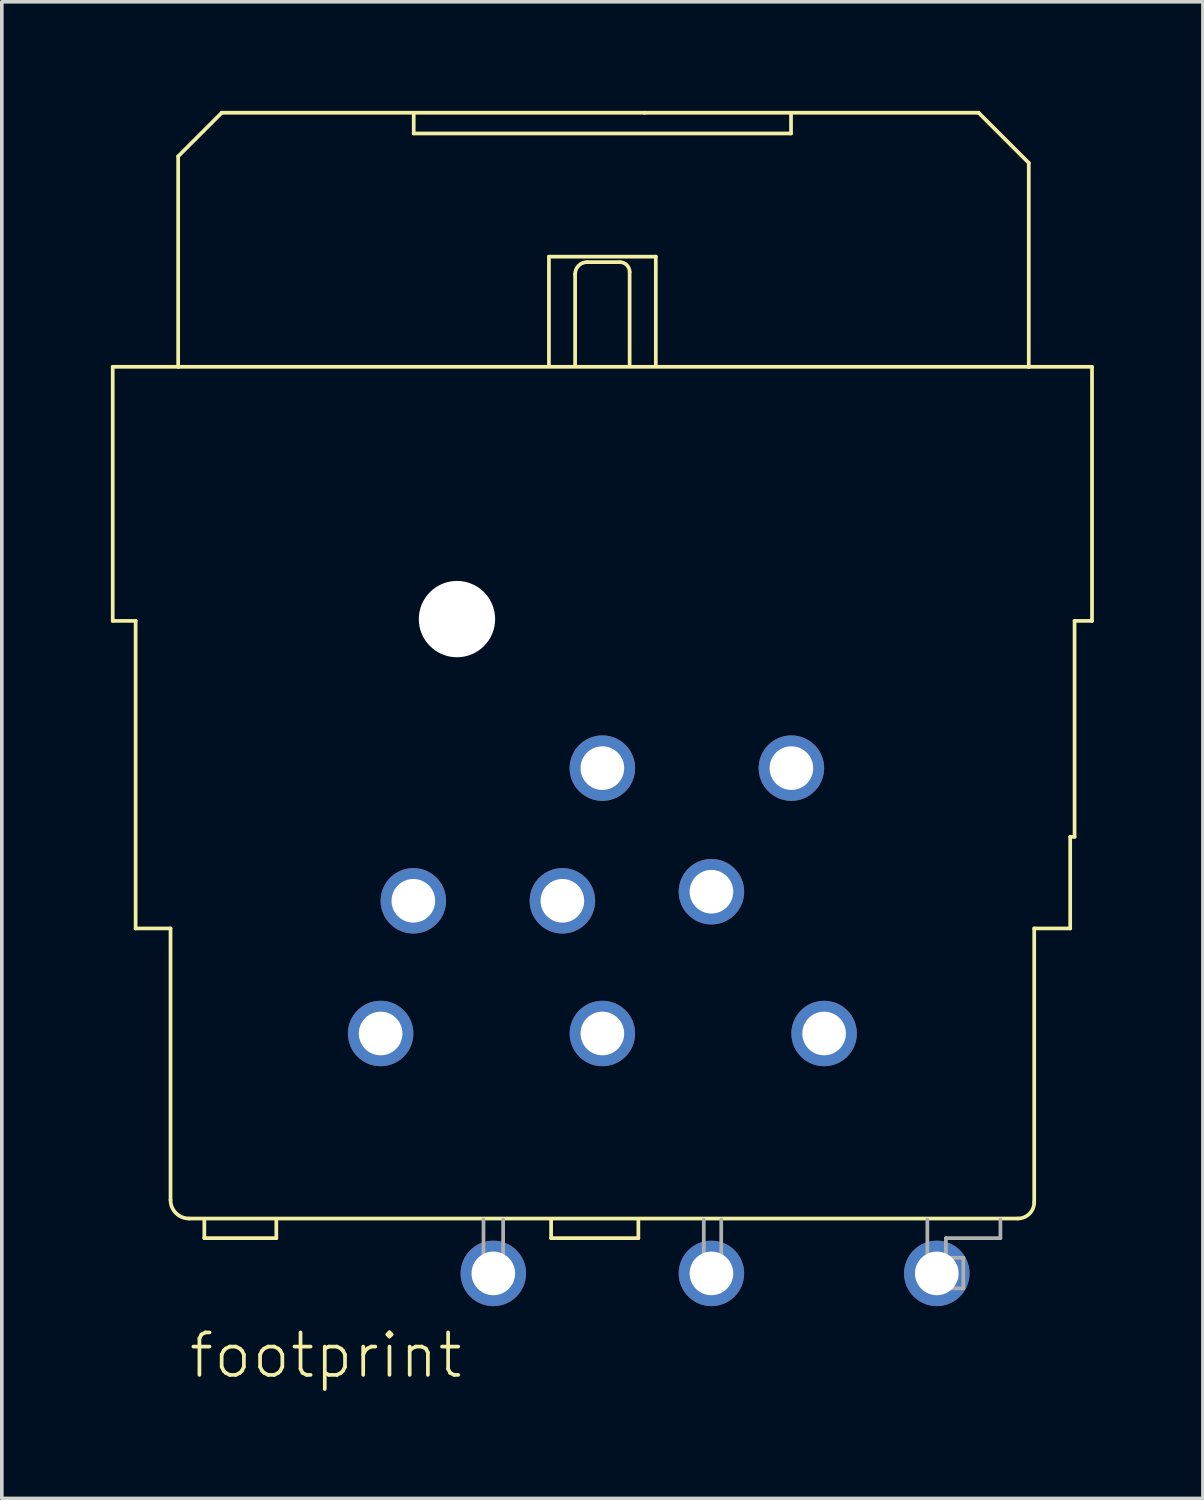
<source format=kicad_pcb>
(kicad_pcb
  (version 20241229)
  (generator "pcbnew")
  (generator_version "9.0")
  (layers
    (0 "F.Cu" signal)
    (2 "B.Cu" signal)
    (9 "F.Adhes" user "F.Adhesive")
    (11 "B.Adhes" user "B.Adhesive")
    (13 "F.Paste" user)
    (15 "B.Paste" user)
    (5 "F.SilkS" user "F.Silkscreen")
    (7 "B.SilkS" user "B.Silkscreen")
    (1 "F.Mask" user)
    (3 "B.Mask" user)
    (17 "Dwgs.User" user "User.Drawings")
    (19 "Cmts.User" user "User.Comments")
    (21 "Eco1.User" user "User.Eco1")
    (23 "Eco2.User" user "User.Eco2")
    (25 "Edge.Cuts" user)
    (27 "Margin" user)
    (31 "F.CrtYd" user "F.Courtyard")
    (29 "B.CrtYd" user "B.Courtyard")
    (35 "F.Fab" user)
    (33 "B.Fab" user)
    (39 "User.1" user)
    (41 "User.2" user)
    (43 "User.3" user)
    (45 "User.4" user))
  (footprint "footprint"
    (layer "F.Cu")
    (at 13.521 6.981)
    (property "Reference" "footprint" (at -11.43 27.94 0) (layer "F.SilkS") (effects (font (size 1.168 1.168) (thickness 0.102)) (justify left bottom)))
    (fp_line (start -13.47 0.06) (end -13.47 7.05) (stroke (width 0.102) (type solid)) (layer "F.SilkS"))
    (fp_line (start -13.47 7.05) (end -12.84 7.05) (stroke (width 0.102) (type solid)) (layer "F.SilkS"))
    (fp_line (start -12.84 7.05) (end -12.84 15.51) (stroke (width 0.102) (type solid)) (layer "F.SilkS"))
    (fp_line (start -12.84 15.51) (end -11.88 15.51) (stroke (width 0.102) (type solid)) (layer "F.SilkS"))
    (fp_line (start -11.88 15.51) (end -11.88 22.98) (stroke (width 0.102) (type solid)) (layer "F.SilkS"))
    (fp_line (start -11.67 -5.73) (end -11.67 0.06) (stroke (width 0.102) (type solid)) (layer "F.SilkS"))
    (fp_line (start -11.67 0.06) (end -13.47 0.06) (stroke (width 0.102) (type solid)) (layer "F.SilkS"))
    (fp_line (start -11.37 23.49) (end 11.43 23.49) (stroke (width 0.102) (type solid)) (layer "F.SilkS"))
    (fp_line (start -10.95 24.03) (end -10.95 23.52) (stroke (width 0.102) (type solid)) (layer "F.SilkS"))
    (fp_line (start -10.47 -6.93) (end -11.67 -5.73) (stroke (width 0.102) (type solid)) (layer "F.SilkS"))
    (fp_line (start -8.97 23.55) (end -8.97 24.03) (stroke (width 0.102) (type solid)) (layer "F.SilkS"))
    (fp_line (start -8.97 24.03) (end -10.95 24.03) (stroke (width 0.102) (type solid)) (layer "F.SilkS"))
    (fp_line (start -5.19 -6.9) (end -5.19 -6.36) (stroke (width 0.102) (type solid)) (layer "F.SilkS"))
    (fp_line (start -5.19 -6.36) (end 5.19 -6.36) (stroke (width 0.102) (type solid)) (layer "F.SilkS"))
    (fp_line (start -1.47 -2.97) (end -1.47 0.03) (stroke (width 0.102) (type solid)) (layer "F.SilkS"))
    (fp_line (start -1.41 24.03) (end -1.41 23.52) (stroke (width 0.102) (type solid)) (layer "F.SilkS"))
    (fp_line (start -0.75 -2.49) (end -0.75 0) (stroke (width 0.102) (type solid)) (layer "F.SilkS"))
    (fp_line (start 0.48 -2.82) (end -0.42 -2.82) (stroke (width 0.102) (type solid)) (layer "F.SilkS"))
    (fp_line (start 0.75 0) (end 0.75 -2.55) (stroke (width 0.102) (type solid)) (layer "F.SilkS"))
    (fp_line (start 0.99 23.55) (end 0.99 24.03) (stroke (width 0.102) (type solid)) (layer "F.SilkS"))
    (fp_line (start 0.99 24.03) (end -1.41 24.03) (stroke (width 0.102) (type solid)) (layer "F.SilkS"))
    (fp_line (start 1.17 -6.93) (end -10.47 -6.93) (stroke (width 0.102) (type solid)) (layer "F.SilkS"))
    (fp_line (start 1.47 -2.97) (end -1.47 -2.97) (stroke (width 0.102) (type solid)) (layer "F.SilkS"))
    (fp_line (start 1.47 0.03) (end 1.47 -2.97) (stroke (width 0.102) (type solid)) (layer "F.SilkS"))
    (fp_line (start 5.19 -6.36) (end 5.19 -6.87) (stroke (width 0.102) (type solid)) (layer "F.SilkS"))
    (fp_line (start 10.35 -6.93) (end 1.15 -6.93) (stroke (width 0.102) (type solid)) (layer "F.SilkS"))
    (fp_line (start 11.73 -5.55) (end 10.35 -6.93) (stroke (width 0.102) (type solid)) (layer "F.SilkS"))
    (fp_line (start 11.73 0.06) (end -11.64 0.06) (stroke (width 0.102) (type solid)) (layer "F.SilkS"))
    (fp_line (start 11.73 0.06) (end 11.73 -5.55) (stroke (width 0.102) (type solid)) (layer "F.SilkS"))
    (fp_line (start 11.88 15.51) (end 12.87 15.51) (stroke (width 0.102) (type solid)) (layer "F.SilkS"))
    (fp_line (start 11.88 23.04) (end 11.88 15.51) (stroke (width 0.102) (type solid)) (layer "F.SilkS"))
    (fp_line (start 12.87 12.99) (end 12.99 12.99) (stroke (width 0.102) (type solid)) (layer "F.SilkS"))
    (fp_line (start 12.87 15.51) (end 12.87 12.99) (stroke (width 0.102) (type solid)) (layer "F.SilkS"))
    (fp_line (start 12.99 7.05) (end 13.47 7.05) (stroke (width 0.102) (type solid)) (layer "F.SilkS"))
    (fp_line (start 12.99 12.99) (end 12.99 7.05) (stroke (width 0.102) (type solid)) (layer "F.SilkS"))
    (fp_line (start 13.47 0.06) (end 11.73 0.06) (stroke (width 0.102) (type solid)) (layer "F.SilkS"))
    (fp_line (start 13.47 7.05) (end 13.47 0.06) (stroke (width 0.102) (type solid)) (layer "F.SilkS"))
    (fp_arc (start -11.37 23.49) (mid -11.730624 23.340624) (end -11.88 22.98) (stroke (width 0.1016) (type solid)) (layer "F.SilkS"))
    (fp_arc (start -0.75 -2.49) (mid -0.653345 -2.723345) (end -0.42 -2.82) (stroke (width 0.1016) (type solid)) (layer "F.SilkS"))
    (fp_arc (start 0.48 -2.82) (mid 0.670919 -2.740919) (end 0.75 -2.55) (stroke (width 0.1016) (type solid)) (layer "F.SilkS"))
    (fp_arc (start 11.88 23.04) (mid 11.748198 23.358198) (end 11.43 23.49) (stroke (width 0.1016) (type solid)) (layer "F.SilkS"))
    (fp_line (start -3.27 25.41) (end -3.27 23.52) (stroke (width 0.102) (type solid)) (layer "F.Fab"))
    (fp_line (start -2.73 23.52) (end -2.73 25.41) (stroke (width 0.102) (type solid)) (layer "F.Fab"))
    (fp_line (start -2.73 25.41) (end -3.27 25.41) (stroke (width 0.102) (type solid)) (layer "F.Fab"))
    (fp_line (start 2.79 25.41) (end 2.79 23.52) (stroke (width 0.102) (type solid)) (layer "F.Fab"))
    (fp_line (start 3.27 23.52) (end 3.27 25.41) (stroke (width 0.102) (type solid)) (layer "F.Fab"))
    (fp_line (start 3.27 25.41) (end 2.79 25.41) (stroke (width 0.102) (type solid)) (layer "F.Fab"))
    (fp_line (start 8.94 23.52) (end 8.94 25.41) (stroke (width 0.102) (type solid)) (layer "F.Fab"))
    (fp_line (start 8.94 25.41) (end 9.93 25.41) (stroke (width 0.102) (type solid)) (layer "F.Fab"))
    (fp_line (start 9.45 24.03) (end 10.95 24.03) (stroke (width 0.102) (type solid)) (layer "F.Fab"))
    (fp_line (start 9.45 24.57) (end 9.45 24.03) (stroke (width 0.102) (type solid)) (layer "F.Fab"))
    (fp_line (start 9.93 24.57) (end 9.45 24.57) (stroke (width 0.102) (type solid)) (layer "F.Fab"))
    (fp_line (start 9.93 25.41) (end 9.93 24.57) (stroke (width 0.102) (type solid)) (layer "F.Fab"))
    (fp_line (start 10.95 24.03) (end 10.95 23.52) (stroke (width 0.102) (type solid)) (layer "F.Fab"))
    (pad "" np_thru_hole circle (at -4 7) (size 2.1 2.1) (drill 2.1) (layers "*.Cu" "*.Mask"))
    (pad "1" thru_hole circle (at -6.1 18.4) (size 1.8 1.8) (drill 1.2) (layers "*.Cu" "*.Mask"))
    (pad "2" thru_hole circle (at 6.1 18.4) (size 1.8 1.8) (drill 1.2) (layers "*.Cu" "*.Mask"))
    (pad "3" thru_hole circle (at 0 18.4) (size 1.8 1.8) (drill 1.2) (layers "*.Cu" "*.Mask"))
    (pad "G" thru_hole circle (at 0 11.1) (size 1.8 1.8) (drill 1.2) (layers "*.Cu" "*.Mask"))
    (pad "GN" thru_hole circle (at -1.1 14.75) (size 1.8 1.8) (drill 1.2) (layers "*.Cu" "*.Mask"))
    (pad "R" thru_hole circle (at -5.2 14.75) (size 1.8 1.8) (drill 1.2) (layers "*.Cu" "*.Mask"))
    (pad "RS" thru_hole circle (at -3 25) (size 1.8 1.8) (drill 1.2) (layers "*.Cu" "*.Mask"))
    (pad "S" thru_hole circle (at 5.2 11.1) (size 1.8 1.8) (drill 1.2) (layers "*.Cu" "*.Mask"))
    (pad "SS" thru_hole circle (at 3 14.5) (size 1.8 1.8) (drill 1.2) (layers "*.Cu" "*.Mask"))
    (pad "T" thru_hole circle (at 9.2 25) (size 1.8 1.8) (drill 1.2) (layers "*.Cu" "*.Mask"))
    (pad "TS" thru_hole circle (at 3 25) (size 1.8 1.8) (drill 1.2) (layers "*.Cu" "*.Mask")))
  (gr_rect
    (start -3 -3)
    (end 30.042 38.171)
    (stroke (width 0.1) (type default))
    (fill no)
    (layer "Edge.Cuts")))
</source>
